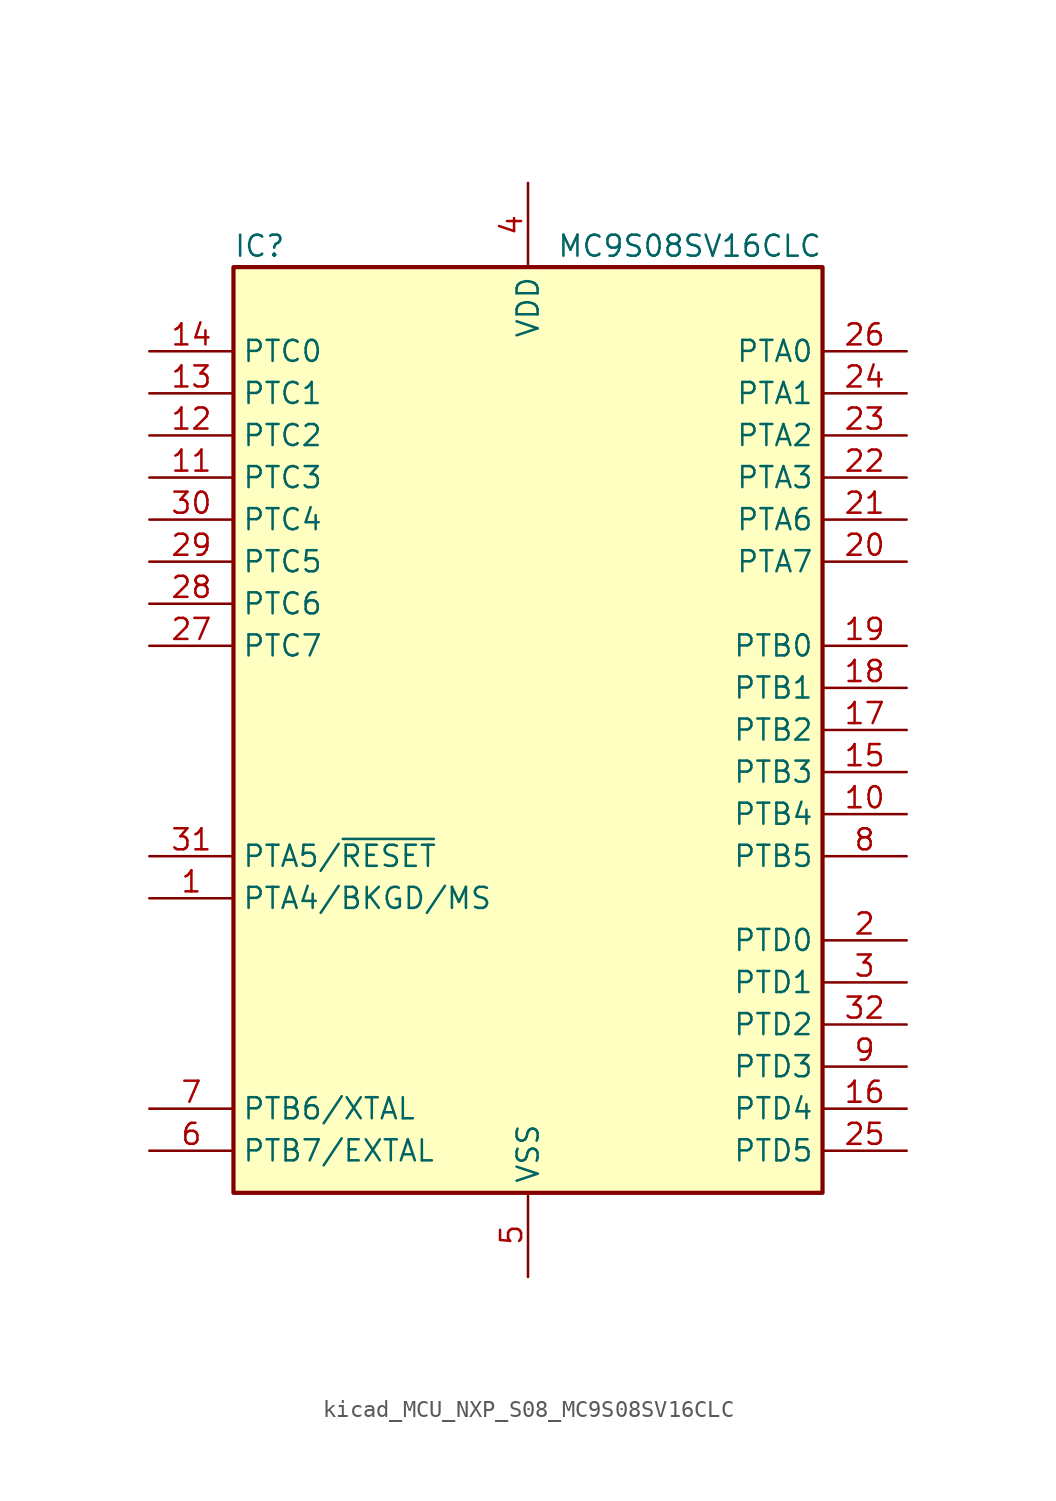
<source format=kicad_sym>
(kicad_symbol_lib
  (version 20220914)
  (generator kicad_symbol_editor)
  (symbol "kicad_MCU_NXP_S08_MC9S08SV16CLC"
    (property "Reference" "IC"
      (at -17.78 29.21 0)
      (effects (font (size 1.27 1.27)) (justify left)))
    (property "Value" "MC9S08SV16CLC"
      (at 17.78 29.21 0)
      (effects (font (size 1.27 1.27)) (justify right)))
    (symbol "kicad_MCU_NXP_S08_MC9S08SV16CLC_0_1"
      (rectangle (start -17.78 27.94) (end 17.78 -27.94) (stroke (width 0.254) (type default)) (fill (type background))))
    (symbol "kicad_MCU_NXP_S08_MC9S08SV16CLC_1_1"
      (pin bidirectional line (at -22.86 -10.16 0) (length 5.08) (name "PTA4/BKGD/MS" (effects (font (size 1.27 1.27)))) (number "1" (effects (font (size 1.27 1.27)))))
      (pin bidirectional line (at 22.86 -5.08 180) (length 5.08) (name "PTB4" (effects (font (size 1.27 1.27)))) (number "10" (effects (font (size 1.27 1.27)))))
      (pin bidirectional line (at -22.86 15.24 0) (length 5.08) (name "PTC3" (effects (font (size 1.27 1.27)))) (number "11" (effects (font (size 1.27 1.27)))))
      (pin bidirectional line (at -22.86 17.78 0) (length 5.08) (name "PTC2" (effects (font (size 1.27 1.27)))) (number "12" (effects (font (size 1.27 1.27)))))
      (pin bidirectional line (at -22.86 20.32 0) (length 5.08) (name "PTC1" (effects (font (size 1.27 1.27)))) (number "13" (effects (font (size 1.27 1.27)))))
      (pin bidirectional line (at -22.86 22.86 0) (length 5.08) (name "PTC0" (effects (font (size 1.27 1.27)))) (number "14" (effects (font (size 1.27 1.27)))))
      (pin bidirectional line (at 22.86 -2.54 180) (length 5.08) (name "PTB3" (effects (font (size 1.27 1.27)))) (number "15" (effects (font (size 1.27 1.27)))))
      (pin bidirectional line (at 22.86 -22.86 180) (length 5.08) (name "PTD4" (effects (font (size 1.27 1.27)))) (number "16" (effects (font (size 1.27 1.27)))))
      (pin bidirectional line (at 22.86 0 180) (length 5.08) (name "PTB2" (effects (font (size 1.27 1.27)))) (number "17" (effects (font (size 1.27 1.27)))))
      (pin bidirectional line (at 22.86 2.54 180) (length 5.08) (name "PTB1" (effects (font (size 1.27 1.27)))) (number "18" (effects (font (size 1.27 1.27)))))
      (pin bidirectional line (at 22.86 5.08 180) (length 5.08) (name "PTB0" (effects (font (size 1.27 1.27)))) (number "19" (effects (font (size 1.27 1.27)))))
      (pin bidirectional line (at 22.86 -12.7 180) (length 5.08) (name "PTD0" (effects (font (size 1.27 1.27)))) (number "2" (effects (font (size 1.27 1.27)))))
      (pin bidirectional line (at 22.86 10.16 180) (length 5.08) (name "PTA7" (effects (font (size 1.27 1.27)))) (number "20" (effects (font (size 1.27 1.27)))))
      (pin bidirectional line (at 22.86 12.7 180) (length 5.08) (name "PTA6" (effects (font (size 1.27 1.27)))) (number "21" (effects (font (size 1.27 1.27)))))
      (pin bidirectional line (at 22.86 15.24 180) (length 5.08) (name "PTA3" (effects (font (size 1.27 1.27)))) (number "22" (effects (font (size 1.27 1.27)))))
      (pin bidirectional line (at 22.86 17.78 180) (length 5.08) (name "PTA2" (effects (font (size 1.27 1.27)))) (number "23" (effects (font (size 1.27 1.27)))))
      (pin bidirectional line (at 22.86 20.32 180) (length 5.08) (name "PTA1" (effects (font (size 1.27 1.27)))) (number "24" (effects (font (size 1.27 1.27)))))
      (pin bidirectional line (at 22.86 -25.4 180) (length 5.08) (name "PTD5" (effects (font (size 1.27 1.27)))) (number "25" (effects (font (size 1.27 1.27)))))
      (pin bidirectional line (at 22.86 22.86 180) (length 5.08) (name "PTA0" (effects (font (size 1.27 1.27)))) (number "26" (effects (font (size 1.27 1.27)))))
      (pin bidirectional line (at -22.86 5.08 0) (length 5.08) (name "PTC7" (effects (font (size 1.27 1.27)))) (number "27" (effects (font (size 1.27 1.27)))))
      (pin bidirectional line (at -22.86 7.62 0) (length 5.08) (name "PTC6" (effects (font (size 1.27 1.27)))) (number "28" (effects (font (size 1.27 1.27)))))
      (pin bidirectional line (at -22.86 10.16 0) (length 5.08) (name "PTC5" (effects (font (size 1.27 1.27)))) (number "29" (effects (font (size 1.27 1.27)))))
      (pin bidirectional line (at 22.86 -15.24 180) (length 5.08) (name "PTD1" (effects (font (size 1.27 1.27)))) (number "3" (effects (font (size 1.27 1.27)))))
      (pin bidirectional line (at -22.86 12.7 0) (length 5.08) (name "PTC4" (effects (font (size 1.27 1.27)))) (number "30" (effects (font (size 1.27 1.27)))))
      (pin bidirectional line (at -22.86 -7.62 0) (length 5.08) (name "PTA5/~{RESET}" (effects (font (size 1.27 1.27)))) (number "31" (effects (font (size 1.27 1.27)))))
      (pin bidirectional line (at 22.86 -17.78 180) (length 5.08) (name "PTD2" (effects (font (size 1.27 1.27)))) (number "32" (effects (font (size 1.27 1.27)))))
      (pin power_in line (at 0 33.02 270) (length 5.08) (name "VDD" (effects (font (size 1.27 1.27)))) (number "4" (effects (font (size 1.27 1.27)))))
      (pin power_in line (at 0 -33.02 90) (length 5.08) (name "VSS" (effects (font (size 1.27 1.27)))) (number "5" (effects (font (size 1.27 1.27)))))
      (pin bidirectional line (at -22.86 -25.4 0) (length 5.08) (name "PTB7/EXTAL" (effects (font (size 1.27 1.27)))) (number "6" (effects (font (size 1.27 1.27)))))
      (pin bidirectional line (at -22.86 -22.86 0) (length 5.08) (name "PTB6/XTAL" (effects (font (size 1.27 1.27)))) (number "7" (effects (font (size 1.27 1.27)))))
      (pin bidirectional line (at 22.86 -7.62 180) (length 5.08) (name "PTB5" (effects (font (size 1.27 1.27)))) (number "8" (effects (font (size 1.27 1.27)))))
      (pin bidirectional line (at 22.86 -20.32 180) (length 5.08) (name "PTD3" (effects (font (size 1.27 1.27)))) (number "9" (effects (font (size 1.27 1.27))))))))
</source>
